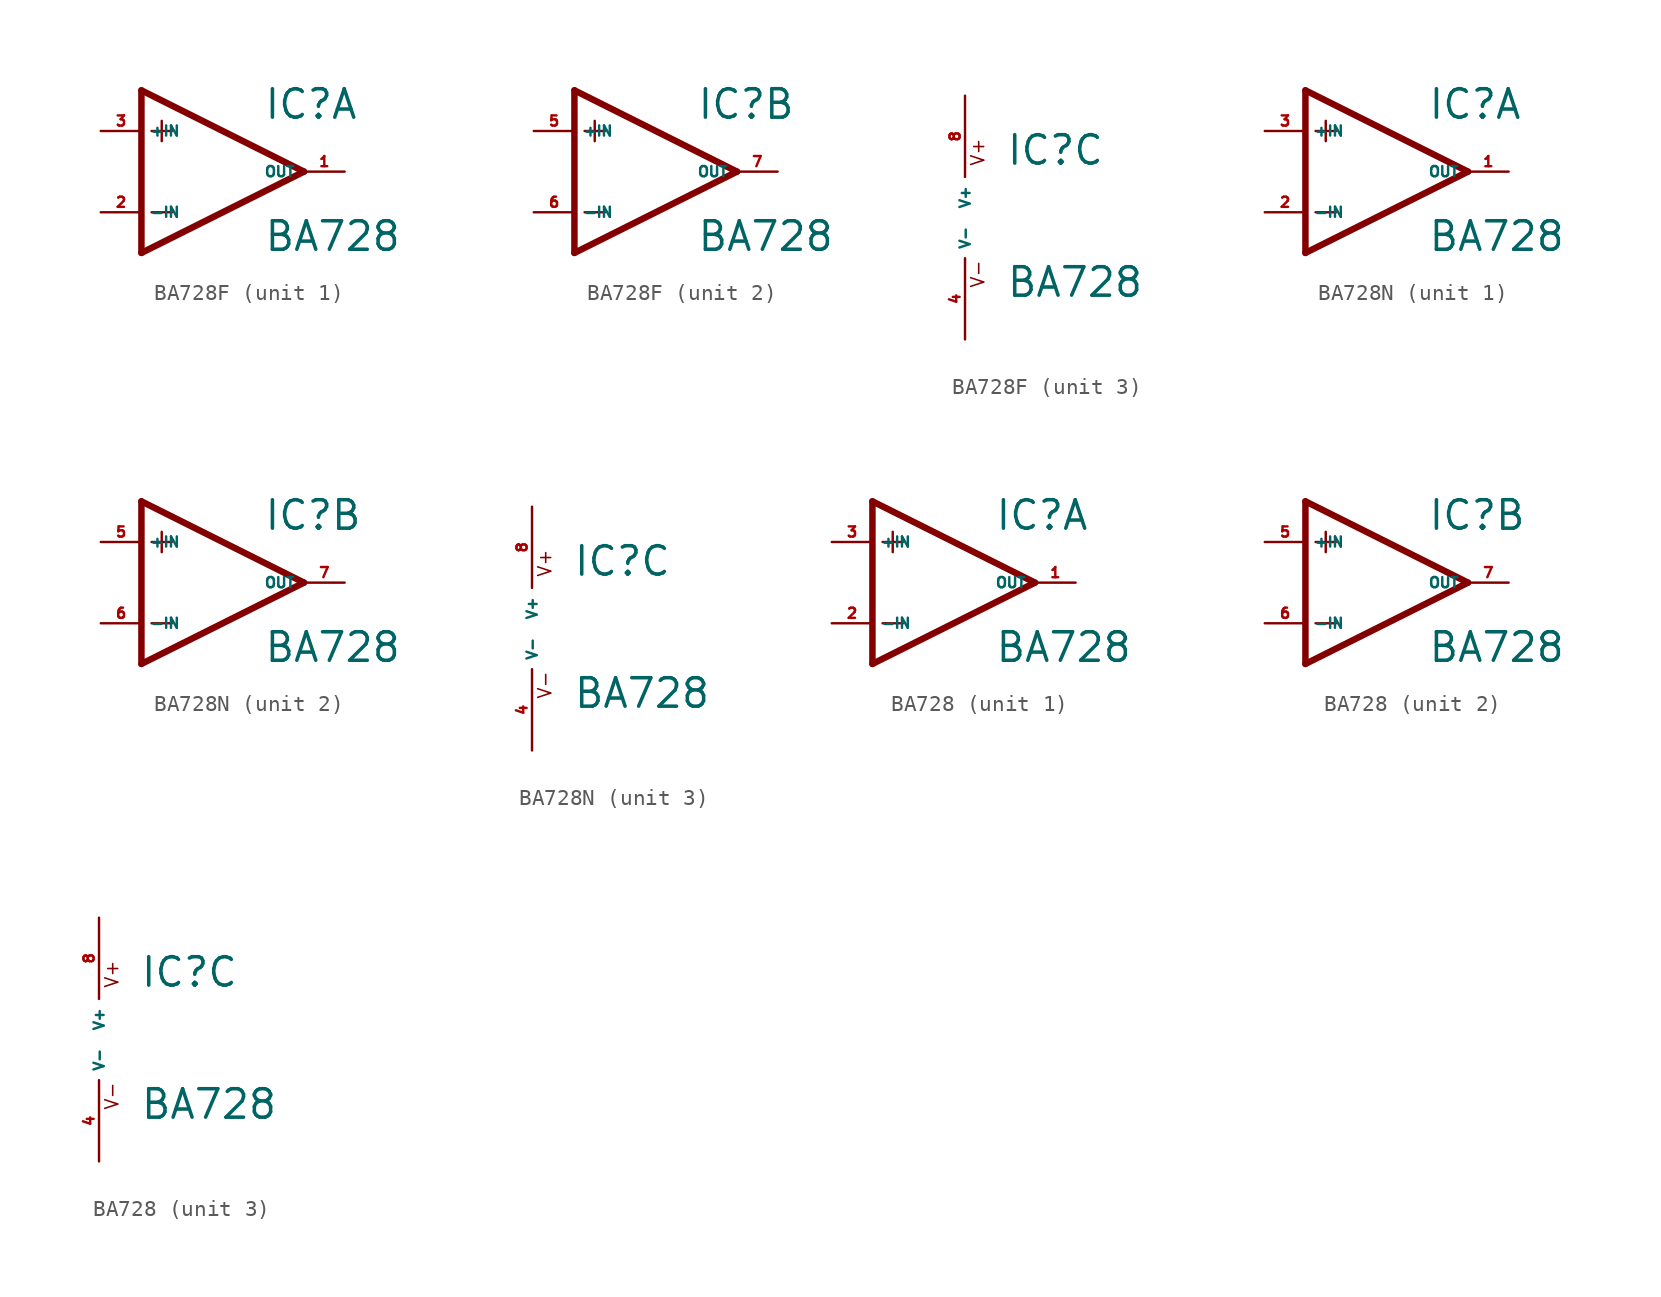
<source format=kicad_sym>
(kicad_symbol_lib
  (version 20220914)
  (generator Eagle2Kicad)
  (symbol "BA728F"
    (property "Reference" "IC"
      (at 2.54 3.175 0)
      (effects (font (size 1.778 1.778) (thickness 0.22)) (justify left bottom)))
    (property "Value" "BA728"
      (at 2.54 -5.08 0)
      (effects (font (size 1.778 1.778) (thickness 0.22)) (justify left bottom)))
    (symbol "BA728F_1_0"
      (polyline (pts (xy -5.08 5.08) (xy -5.08 -5.08)) (stroke (width 0.406) (type default)) (fill (type none)))
      (polyline (pts (xy -5.08 -5.08) (xy 5.08 0)) (stroke (width 0.406) (type default)) (fill (type none)))
      (polyline (pts (xy 5.08 0) (xy -5.08 5.08)) (stroke (width 0.406) (type default)) (fill (type none)))
      (polyline (pts (xy -3.81 3.175) (xy -3.81 1.905)) (stroke (width 0.152) (type default)) (fill (type none)))
      (polyline (pts (xy -4.445 2.54) (xy -3.175 2.54)) (stroke (width 0.152) (type default)) (fill (type none)))
      (polyline (pts (xy -4.445 -2.54) (xy -3.175 -2.54)) (stroke (width 0.152) (type default)) (fill (type none)))
      (pin input line (at -7.62 -2.54 0) (length 2.54) (name "-IN" (effects (font (size 0.635 0.635) (thickness 0.08)) (justify left bottom))) (number "2" (effects (font (size 0.635 0.635) (thickness 0.08)) (justify left bottom))))
      (pin input line (at -7.62 2.54 0) (length 2.54) (name "+IN" (effects (font (size 0.635 0.635) (thickness 0.08)) (justify left bottom))) (number "3" (effects (font (size 0.635 0.635) (thickness 0.08)) (justify left bottom))))
      (pin output line (at 7.62 0 180) (length 2.54) (name "OUT" (effects (font (size 0.635 0.635) (thickness 0.08)) (justify left bottom))) (number "1" (effects (font (size 0.635 0.635) (thickness 0.08)) (justify left bottom)))))
    (symbol "BA728F_2_0"
      (polyline (pts (xy -5.08 5.08) (xy -5.08 -5.08)) (stroke (width 0.406) (type default)) (fill (type none)))
      (polyline (pts (xy -5.08 -5.08) (xy 5.08 0)) (stroke (width 0.406) (type default)) (fill (type none)))
      (polyline (pts (xy 5.08 0) (xy -5.08 5.08)) (stroke (width 0.406) (type default)) (fill (type none)))
      (polyline (pts (xy -3.81 3.175) (xy -3.81 1.905)) (stroke (width 0.152) (type default)) (fill (type none)))
      (polyline (pts (xy -4.445 2.54) (xy -3.175 2.54)) (stroke (width 0.152) (type default)) (fill (type none)))
      (polyline (pts (xy -4.445 -2.54) (xy -3.175 -2.54)) (stroke (width 0.152) (type default)) (fill (type none)))
      (pin input line (at -7.62 -2.54 0) (length 2.54) (name "-IN" (effects (font (size 0.635 0.635) (thickness 0.08)) (justify left bottom))) (number "6" (effects (font (size 0.635 0.635) (thickness 0.08)) (justify left bottom))))
      (pin input line (at -7.62 2.54 0) (length 2.54) (name "+IN" (effects (font (size 0.635 0.635) (thickness 0.08)) (justify left bottom))) (number "5" (effects (font (size 0.635 0.635) (thickness 0.08)) (justify left bottom))))
      (pin output line (at 7.62 0 180) (length 2.54) (name "OUT" (effects (font (size 0.635 0.635) (thickness 0.08)) (justify left bottom))) (number "7" (effects (font (size 0.635 0.635) (thickness 0.08)) (justify left bottom)))))
    (symbol "BA728F_3_0"
      (text "V+" (at 1.27 3.175 900) (effects (font (size 0.813 0.813) (thickness 0.10)) (justify left bottom)))
      (text "V-" (at 1.27 -4.445 900) (effects (font (size 0.813 0.813) (thickness 0.10)) (justify left bottom)))
      (pin unspecified line (at 0 7.62 270) (length 5.08) (name "V+" (effects (font (size 0.635 0.635) (thickness 0.08)) (justify left bottom))) (number "8" (effects (font (size 0.635 0.635) (thickness 0.08)) (justify left bottom))))
      (pin unspecified line (at 0 -7.62 90) (length 5.08) (name "V-" (effects (font (size 0.635 0.635) (thickness 0.08)) (justify left bottom))) (number "4" (effects (font (size 0.635 0.635) (thickness 0.08)) (justify left bottom))))))
  (symbol "BA728N"
    (property "Reference" "IC"
      (at 2.54 3.175 0)
      (effects (font (size 1.778 1.778) (thickness 0.22)) (justify left bottom)))
    (property "Value" "BA728"
      (at 2.54 -5.08 0)
      (effects (font (size 1.778 1.778) (thickness 0.22)) (justify left bottom)))
    (symbol "BA728N_1_0"
      (polyline (pts (xy -5.08 5.08) (xy -5.08 -5.08)) (stroke (width 0.406) (type default)) (fill (type none)))
      (polyline (pts (xy -5.08 -5.08) (xy 5.08 0)) (stroke (width 0.406) (type default)) (fill (type none)))
      (polyline (pts (xy 5.08 0) (xy -5.08 5.08)) (stroke (width 0.406) (type default)) (fill (type none)))
      (polyline (pts (xy -3.81 3.175) (xy -3.81 1.905)) (stroke (width 0.152) (type default)) (fill (type none)))
      (polyline (pts (xy -4.445 2.54) (xy -3.175 2.54)) (stroke (width 0.152) (type default)) (fill (type none)))
      (polyline (pts (xy -4.445 -2.54) (xy -3.175 -2.54)) (stroke (width 0.152) (type default)) (fill (type none)))
      (pin input line (at -7.62 -2.54 0) (length 2.54) (name "-IN" (effects (font (size 0.635 0.635) (thickness 0.08)) (justify left bottom))) (number "2" (effects (font (size 0.635 0.635) (thickness 0.08)) (justify left bottom))))
      (pin input line (at -7.62 2.54 0) (length 2.54) (name "+IN" (effects (font (size 0.635 0.635) (thickness 0.08)) (justify left bottom))) (number "3" (effects (font (size 0.635 0.635) (thickness 0.08)) (justify left bottom))))
      (pin output line (at 7.62 0 180) (length 2.54) (name "OUT" (effects (font (size 0.635 0.635) (thickness 0.08)) (justify left bottom))) (number "1" (effects (font (size 0.635 0.635) (thickness 0.08)) (justify left bottom)))))
    (symbol "BA728N_2_0"
      (polyline (pts (xy -5.08 5.08) (xy -5.08 -5.08)) (stroke (width 0.406) (type default)) (fill (type none)))
      (polyline (pts (xy -5.08 -5.08) (xy 5.08 0)) (stroke (width 0.406) (type default)) (fill (type none)))
      (polyline (pts (xy 5.08 0) (xy -5.08 5.08)) (stroke (width 0.406) (type default)) (fill (type none)))
      (polyline (pts (xy -3.81 3.175) (xy -3.81 1.905)) (stroke (width 0.152) (type default)) (fill (type none)))
      (polyline (pts (xy -4.445 2.54) (xy -3.175 2.54)) (stroke (width 0.152) (type default)) (fill (type none)))
      (polyline (pts (xy -4.445 -2.54) (xy -3.175 -2.54)) (stroke (width 0.152) (type default)) (fill (type none)))
      (pin input line (at -7.62 -2.54 0) (length 2.54) (name "-IN" (effects (font (size 0.635 0.635) (thickness 0.08)) (justify left bottom))) (number "6" (effects (font (size 0.635 0.635) (thickness 0.08)) (justify left bottom))))
      (pin input line (at -7.62 2.54 0) (length 2.54) (name "+IN" (effects (font (size 0.635 0.635) (thickness 0.08)) (justify left bottom))) (number "5" (effects (font (size 0.635 0.635) (thickness 0.08)) (justify left bottom))))
      (pin output line (at 7.62 0 180) (length 2.54) (name "OUT" (effects (font (size 0.635 0.635) (thickness 0.08)) (justify left bottom))) (number "7" (effects (font (size 0.635 0.635) (thickness 0.08)) (justify left bottom)))))
    (symbol "BA728N_3_0"
      (text "V+" (at 1.27 3.175 900) (effects (font (size 0.813 0.813) (thickness 0.10)) (justify left bottom)))
      (text "V-" (at 1.27 -4.445 900) (effects (font (size 0.813 0.813) (thickness 0.10)) (justify left bottom)))
      (pin unspecified line (at 0 7.62 270) (length 5.08) (name "V+" (effects (font (size 0.635 0.635) (thickness 0.08)) (justify left bottom))) (number "8" (effects (font (size 0.635 0.635) (thickness 0.08)) (justify left bottom))))
      (pin unspecified line (at 0 -7.62 90) (length 5.08) (name "V-" (effects (font (size 0.635 0.635) (thickness 0.08)) (justify left bottom))) (number "4" (effects (font (size 0.635 0.635) (thickness 0.08)) (justify left bottom))))))
  (symbol "BA728"
    (property "Reference" "IC"
      (at 2.54 3.175 0)
      (effects (font (size 1.778 1.778) (thickness 0.22)) (justify left bottom)))
    (property "Value" "BA728"
      (at 2.54 -5.08 0)
      (effects (font (size 1.778 1.778) (thickness 0.22)) (justify left bottom)))
    (symbol "BA728_1_0"
      (polyline (pts (xy -5.08 5.08) (xy -5.08 -5.08)) (stroke (width 0.406) (type default)) (fill (type none)))
      (polyline (pts (xy -5.08 -5.08) (xy 5.08 0)) (stroke (width 0.406) (type default)) (fill (type none)))
      (polyline (pts (xy 5.08 0) (xy -5.08 5.08)) (stroke (width 0.406) (type default)) (fill (type none)))
      (polyline (pts (xy -3.81 3.175) (xy -3.81 1.905)) (stroke (width 0.152) (type default)) (fill (type none)))
      (polyline (pts (xy -4.445 2.54) (xy -3.175 2.54)) (stroke (width 0.152) (type default)) (fill (type none)))
      (polyline (pts (xy -4.445 -2.54) (xy -3.175 -2.54)) (stroke (width 0.152) (type default)) (fill (type none)))
      (pin input line (at -7.62 -2.54 0) (length 2.54) (name "-IN" (effects (font (size 0.635 0.635) (thickness 0.08)) (justify left bottom))) (number "2" (effects (font (size 0.635 0.635) (thickness 0.08)) (justify left bottom))))
      (pin input line (at -7.62 2.54 0) (length 2.54) (name "+IN" (effects (font (size 0.635 0.635) (thickness 0.08)) (justify left bottom))) (number "3" (effects (font (size 0.635 0.635) (thickness 0.08)) (justify left bottom))))
      (pin output line (at 7.62 0 180) (length 2.54) (name "OUT" (effects (font (size 0.635 0.635) (thickness 0.08)) (justify left bottom))) (number "1" (effects (font (size 0.635 0.635) (thickness 0.08)) (justify left bottom)))))
    (symbol "BA728_2_0"
      (polyline (pts (xy -5.08 5.08) (xy -5.08 -5.08)) (stroke (width 0.406) (type default)) (fill (type none)))
      (polyline (pts (xy -5.08 -5.08) (xy 5.08 0)) (stroke (width 0.406) (type default)) (fill (type none)))
      (polyline (pts (xy 5.08 0) (xy -5.08 5.08)) (stroke (width 0.406) (type default)) (fill (type none)))
      (polyline (pts (xy -3.81 3.175) (xy -3.81 1.905)) (stroke (width 0.152) (type default)) (fill (type none)))
      (polyline (pts (xy -4.445 2.54) (xy -3.175 2.54)) (stroke (width 0.152) (type default)) (fill (type none)))
      (polyline (pts (xy -4.445 -2.54) (xy -3.175 -2.54)) (stroke (width 0.152) (type default)) (fill (type none)))
      (pin input line (at -7.62 -2.54 0) (length 2.54) (name "-IN" (effects (font (size 0.635 0.635) (thickness 0.08)) (justify left bottom))) (number "6" (effects (font (size 0.635 0.635) (thickness 0.08)) (justify left bottom))))
      (pin input line (at -7.62 2.54 0) (length 2.54) (name "+IN" (effects (font (size 0.635 0.635) (thickness 0.08)) (justify left bottom))) (number "5" (effects (font (size 0.635 0.635) (thickness 0.08)) (justify left bottom))))
      (pin output line (at 7.62 0 180) (length 2.54) (name "OUT" (effects (font (size 0.635 0.635) (thickness 0.08)) (justify left bottom))) (number "7" (effects (font (size 0.635 0.635) (thickness 0.08)) (justify left bottom)))))
    (symbol "BA728_3_0"
      (text "V+" (at 1.27 3.175 900) (effects (font (size 0.813 0.813) (thickness 0.10)) (justify left bottom)))
      (text "V-" (at 1.27 -4.445 900) (effects (font (size 0.813 0.813) (thickness 0.10)) (justify left bottom)))
      (pin unspecified line (at 0 7.62 270) (length 5.08) (name "V+" (effects (font (size 0.635 0.635) (thickness 0.08)) (justify left bottom))) (number "8" (effects (font (size 0.635 0.635) (thickness 0.08)) (justify left bottom))))
      (pin unspecified line (at 0 -7.62 90) (length 5.08) (name "V-" (effects (font (size 0.635 0.635) (thickness 0.08)) (justify left bottom))) (number "4" (effects (font (size 0.635 0.635) (thickness 0.08)) (justify left bottom)))))))
</source>
